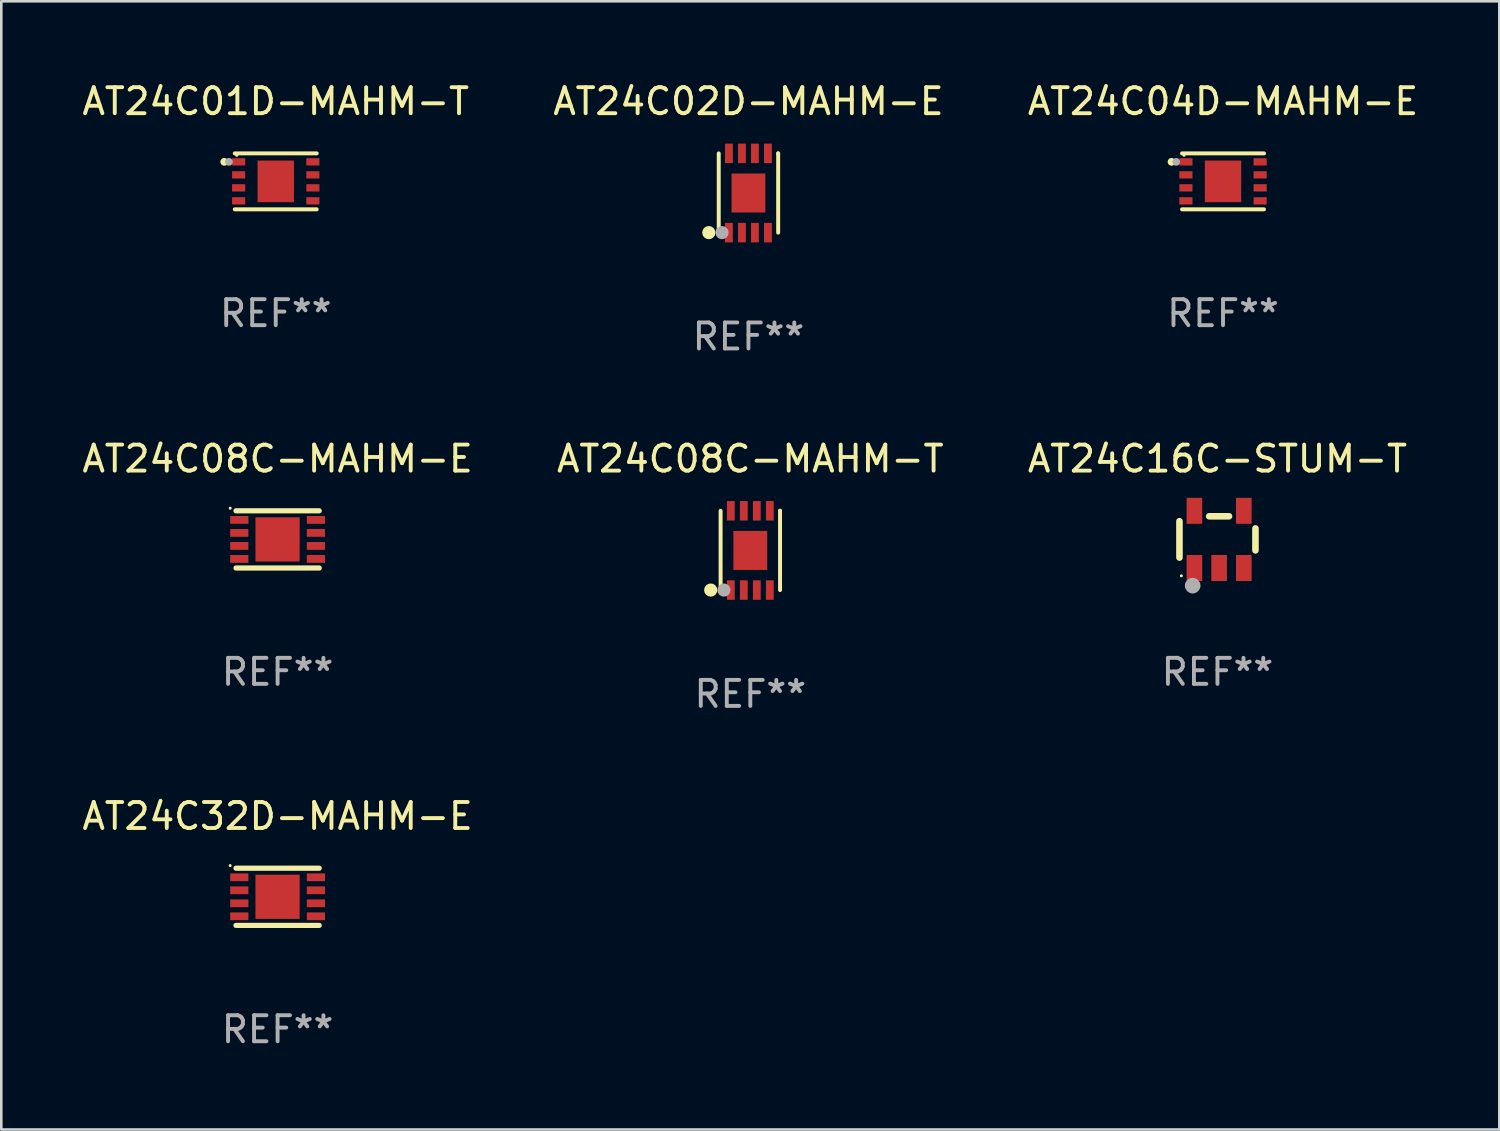
<source format=kicad_pcb>
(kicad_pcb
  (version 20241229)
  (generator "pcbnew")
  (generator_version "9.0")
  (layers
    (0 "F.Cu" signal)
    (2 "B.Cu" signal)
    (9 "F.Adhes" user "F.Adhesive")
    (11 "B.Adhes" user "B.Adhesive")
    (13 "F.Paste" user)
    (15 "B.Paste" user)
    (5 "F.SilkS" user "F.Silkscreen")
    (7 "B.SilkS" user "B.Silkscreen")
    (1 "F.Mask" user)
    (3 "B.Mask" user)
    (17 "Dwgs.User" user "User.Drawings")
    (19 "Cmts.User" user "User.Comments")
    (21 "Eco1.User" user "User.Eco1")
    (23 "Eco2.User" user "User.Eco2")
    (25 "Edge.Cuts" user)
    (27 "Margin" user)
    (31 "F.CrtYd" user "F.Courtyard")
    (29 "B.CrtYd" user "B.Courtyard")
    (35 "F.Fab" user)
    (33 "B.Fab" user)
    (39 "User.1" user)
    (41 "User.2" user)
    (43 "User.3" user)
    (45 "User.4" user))
  (footprint "AT24C32D-MAHM-E"
    (layer "F.Cu")
    (at 7.625 31.437)
    (property "Reference" "AT24C32D-MAHM-E" (at 0 -3.1 0) (layer "F.SilkS") (effects (font (size 1 1) (thickness 0.15))))
    (attr through_hole)
    (fp_line (start -1.6 -1.1) (end 1.6 -1.1) (stroke (width 0.2) (type solid)) (layer "F.SilkS"))
    (fp_line (start -1.6 1.1) (end 1.6 1.1) (stroke (width 0.2) (type solid)) (layer "F.SilkS"))
    (fp_circle (center -1.823 -1.2) (end -1.793 -1.2) (stroke (width 0.06) (type solid)) (fill no) (layer "F.SilkS"))
    (fp_text user "REF**" (at 0 5.1 0) (layer "F.Fab") (effects (font (size 1 1) (thickness 0.15))))
    (pad "1" smd rect (at -1.473 -0.75) (size 0.7 0.3) (layers "F.Cu" "F.Mask" "F.Paste"))
    (pad "2" smd rect (at -1.473 -0.25) (size 0.7 0.3) (layers "F.Cu" "F.Mask" "F.Paste"))
    (pad "3" smd rect (at -1.473 0.25) (size 0.7 0.3) (layers "F.Cu" "F.Mask" "F.Paste"))
    (pad "4" smd rect (at -1.473 0.75) (size 0.7 0.3) (layers "F.Cu" "F.Mask" "F.Paste"))
    (pad "5" smd rect (at 1.473 0.75) (size 0.7 0.3) (layers "F.Cu" "F.Mask" "F.Paste"))
    (pad "6" smd rect (at 1.473 0.25) (size 0.7 0.3) (layers "F.Cu" "F.Mask" "F.Paste"))
    (pad "7" smd rect (at 1.473 -0.25) (size 0.7 0.3) (layers "F.Cu" "F.Mask" "F.Paste"))
    (pad "8" smd rect (at 1.473 -0.75) (size 0.7 0.3) (layers "F.Cu" "F.Mask" "F.Paste"))
    (pad "9" smd rect (at -0.001 -0.000254) (size 1.7 1.7) (layers "F.Cu" "F.Mask" "F.Paste")))
  (footprint "AT24C01D-MAHM-T"
    (layer "F.Cu")
    (at 7.554 3.924)
    (property "Reference" "AT24C01D-MAHM-T" (at 0 -3.076 0) (layer "F.SilkS") (effects (font (size 1 1) (thickness 0.15))))
    (attr through_hole)
    (fp_line (start -1.576 -1.076) (end 1.576 -1.076) (stroke (width 0.152) (type solid)) (layer "F.SilkS"))
    (fp_line (start -1.576 1.076) (end 1.576 1.076) (stroke (width 0.152) (type solid)) (layer "F.SilkS"))
    (fp_circle (center -1.98 -0.75) (end -1.905 -0.75) (stroke (width 0.15) (type solid)) (fill no) (layer "F.SilkS"))
    (fp_circle (center -1.5 -1) (end -1.47 -1) (stroke (width 0.06) (type solid)) (fill no) (layer "F.SilkS"))
    (fp_circle (center -1.8 -0.75) (end -1.725 -0.75) (stroke (width 0.15) (type solid)) (fill no) (layer "F.Fab"))
    (fp_text user "REF**" (at 0 5.076 0) (layer "F.Fab") (effects (font (size 1 1) (thickness 0.15))))
    (pad "1" smd rect (at -1.427 -0.75) (size 0.505 0.28) (layers "F.Cu" "F.Mask" "F.Paste"))
    (pad "2" smd rect (at -1.427 -0.25) (size 0.505 0.28) (layers "F.Cu" "F.Mask" "F.Paste"))
    (pad "3" smd rect (at -1.427 0.25) (size 0.505 0.28) (layers "F.Cu" "F.Mask" "F.Paste"))
    (pad "4" smd rect (at -1.427 0.75) (size 0.505 0.28) (layers "F.Cu" "F.Mask" "F.Paste"))
    (pad "5" smd rect (at 1.427 0.75) (size 0.505 0.28) (layers "F.Cu" "F.Mask" "F.Paste"))
    (pad "6" smd rect (at 1.427 0.25) (size 0.505 0.28) (layers "F.Cu" "F.Mask" "F.Paste"))
    (pad "7" smd rect (at 1.427 -0.25) (size 0.505 0.28) (layers "F.Cu" "F.Mask" "F.Paste"))
    (pad "8" smd rect (at 1.427 -0.75) (size 0.505 0.28) (layers "F.Cu" "F.Mask" "F.Paste"))
    (pad "9" smd rect (at 0 0) (size 1.4 1.6) (layers "F.Cu" "F.Mask" "F.Paste")))
  (footprint "AT24C16C-STUM-T"
    (layer "F.Cu")
    (at 43.768 17.693)
    (property "Reference" "AT24C16C-STUM-T" (at 0 -3.1 0) (layer "F.SilkS") (effects (font (size 1 1) (thickness 0.15))))
    (attr through_hole)
    (fp_line (start -1.461 -0.699) (end -1.461 0.699) (stroke (width 0.254) (type solid)) (layer "F.SilkS"))
    (fp_line (start -0.318 -0.889) (end 0.445 -0.889) (stroke (width 0.254) (type solid)) (layer "F.SilkS"))
    (fp_line (start 1.461 -0.422) (end 1.461 0.422) (stroke (width 0.254) (type solid)) (layer "F.SilkS"))
    (fp_circle (center -1.387 1.4) (end -1.357 1.4) (stroke (width 0.06) (type solid)) (fill no) (layer "F.SilkS"))
    (fp_circle (center -0.953 1.778) (end -0.802 1.778) (stroke (width 0.3) (type solid)) (fill no) (layer "F.Fab"))
    (fp_text user "REF**" (at 0 5.1 0) (layer "F.Fab") (effects (font (size 1 1) (thickness 0.15))))
    (pad "1" smd rect (at -0.886 1.1) (size 0.6 1) (layers "F.Cu" "F.Mask" "F.Paste"))
    (pad "2" smd rect (at 0.064 1.1) (size 0.6 1) (layers "F.Cu" "F.Mask" "F.Paste"))
    (pad "3" smd rect (at 1.013 1.1) (size 0.6 1) (layers "F.Cu" "F.Mask" "F.Paste"))
    (pad "4" smd rect (at 1.013 -1.1) (size 0.6 1) (layers "F.Cu" "F.Mask" "F.Paste"))
    (pad "5" smd rect (at -0.886 -1.1) (size 0.6 1) (layers "F.Cu" "F.Mask" "F.Paste")))
  (footprint "AT24C04D-MAHM-E"
    (layer "F.Cu")
    (at 43.982 3.924)
    (property "Reference" "AT24C04D-MAHM-E" (at 0 -3.076 0) (layer "F.SilkS") (effects (font (size 1 1) (thickness 0.15))))
    (attr through_hole)
    (fp_line (start -1.576 -1.076) (end 1.576 -1.076) (stroke (width 0.152) (type solid)) (layer "F.SilkS"))
    (fp_line (start -1.576 1.076) (end 1.576 1.076) (stroke (width 0.152) (type solid)) (layer "F.SilkS"))
    (fp_circle (center -1.98 -0.75) (end -1.905 -0.75) (stroke (width 0.15) (type solid)) (fill no) (layer "F.SilkS"))
    (fp_circle (center -1.5 -1) (end -1.47 -1) (stroke (width 0.06) (type solid)) (fill no) (layer "F.SilkS"))
    (fp_circle (center -1.8 -0.75) (end -1.725 -0.75) (stroke (width 0.15) (type solid)) (fill no) (layer "F.Fab"))
    (fp_text user "REF**" (at 0 5.076 0) (layer "F.Fab") (effects (font (size 1 1) (thickness 0.15))))
    (pad "1" smd rect (at -1.427 -0.75) (size 0.505 0.28) (layers "F.Cu" "F.Mask" "F.Paste"))
    (pad "2" smd rect (at -1.427 -0.25) (size 0.505 0.28) (layers "F.Cu" "F.Mask" "F.Paste"))
    (pad "3" smd rect (at -1.427 0.25) (size 0.505 0.28) (layers "F.Cu" "F.Mask" "F.Paste"))
    (pad "4" smd rect (at -1.427 0.75) (size 0.505 0.28) (layers "F.Cu" "F.Mask" "F.Paste"))
    (pad "5" smd rect (at 1.427 0.75) (size 0.505 0.28) (layers "F.Cu" "F.Mask" "F.Paste"))
    (pad "6" smd rect (at 1.427 0.25) (size 0.505 0.28) (layers "F.Cu" "F.Mask" "F.Paste"))
    (pad "7" smd rect (at 1.427 -0.25) (size 0.505 0.28) (layers "F.Cu" "F.Mask" "F.Paste"))
    (pad "8" smd rect (at 1.427 -0.75) (size 0.505 0.28) (layers "F.Cu" "F.Mask" "F.Paste"))
    (pad "9" smd rect (at 0 0) (size 1.4 1.6) (layers "F.Cu" "F.Mask" "F.Paste")))
  (footprint "AT24C08C-MAHM-T"
    (layer "F.Cu")
    (at 25.804 18.117)
    (property "Reference" "AT24C08C-MAHM-T" (at 0 -3.524 0) (layer "F.SilkS") (effects (font (size 1 1) (thickness 0.15))))
    (attr through_hole)
    (fp_line (start -1.143 1.524) (end -1.143 1.524) (stroke (width 0.152) (type solid)) (layer "F.SilkS"))
    (fp_line (start -1.143 1.524) (end -1.143 -1.524) (stroke (width 0.152) (type solid)) (layer "F.SilkS"))
    (fp_line (start 1.143 -1.524) (end 1.143 1.524) (stroke (width 0.152) (type solid)) (layer "F.SilkS"))
    (fp_line (start 1.143 -1.524) (end 1.143 -1.524) (stroke (width 0.152) (type solid)) (layer "F.SilkS"))
    (fp_circle (center -1.524 1.524) (end -1.397 1.524) (stroke (width 0.254) (type solid)) (fill no) (layer "F.SilkS"))
    (fp_circle (center -1 1.5) (end -0.97 1.5) (stroke (width 0.06) (type solid)) (fill no) (layer "F.SilkS"))
    (fp_circle (center -1.016 1.524) (end -0.889 1.524) (stroke (width 0.254) (type solid)) (fill no) (layer "F.Fab"))
    (fp_text user "REF**" (at 0 5.524 0) (layer "F.Fab") (effects (font (size 1 1) (thickness 0.15))))
    (pad "1" smd rect (at -0.75 1.524) (size 0.3 0.75) (layers "F.Cu" "F.Mask" "F.Paste"))
    (pad "2" smd rect (at -0.25 1.524) (size 0.3 0.75) (layers "F.Cu" "F.Mask" "F.Paste"))
    (pad "3" smd rect (at 0.25 1.524) (size 0.3 0.75) (layers "F.Cu" "F.Mask" "F.Paste"))
    (pad "4" smd rect (at 0.75 1.524) (size 0.3 0.75) (layers "F.Cu" "F.Mask" "F.Paste"))
    (pad "5" smd rect (at 0.75 -1.524) (size 0.3 0.75) (layers "F.Cu" "F.Mask" "F.Paste"))
    (pad "6" smd rect (at 0.25 -1.524) (size 0.3 0.75) (layers "F.Cu" "F.Mask" "F.Paste"))
    (pad "7" smd rect (at -0.25 -1.524) (size 0.3 0.75) (layers "F.Cu" "F.Mask" "F.Paste"))
    (pad "8" smd rect (at -0.75 -1.524) (size 0.3 0.75) (layers "F.Cu" "F.Mask" "F.Paste"))
    (pad "9" smd rect (at -0.000254 0) (size 1.3 1.5) (layers "F.Cu" "F.Mask" "F.Paste")))
  (footprint "AT24C08C-MAHM-E"
    (layer "F.Cu")
    (at 7.625 17.693)
    (property "Reference" "AT24C08C-MAHM-E" (at 0 -3.1 0) (layer "F.SilkS") (effects (font (size 1 1) (thickness 0.15))))
    (attr through_hole)
    (fp_line (start -1.6 -1.1) (end 1.6 -1.1) (stroke (width 0.2) (type solid)) (layer "F.SilkS"))
    (fp_line (start -1.6 1.1) (end 1.6 1.1) (stroke (width 0.2) (type solid)) (layer "F.SilkS"))
    (fp_circle (center -1.823 -1.2) (end -1.793 -1.2) (stroke (width 0.06) (type solid)) (fill no) (layer "F.SilkS"))
    (fp_text user "REF**" (at 0 5.1 0) (layer "F.Fab") (effects (font (size 1 1) (thickness 0.15))))
    (pad "1" smd rect (at -1.473 -0.75) (size 0.7 0.3) (layers "F.Cu" "F.Mask" "F.Paste"))
    (pad "2" smd rect (at -1.473 -0.25) (size 0.7 0.3) (layers "F.Cu" "F.Mask" "F.Paste"))
    (pad "3" smd rect (at -1.473 0.25) (size 0.7 0.3) (layers "F.Cu" "F.Mask" "F.Paste"))
    (pad "4" smd rect (at -1.473 0.75) (size 0.7 0.3) (layers "F.Cu" "F.Mask" "F.Paste"))
    (pad "5" smd rect (at 1.473 0.75) (size 0.7 0.3) (layers "F.Cu" "F.Mask" "F.Paste"))
    (pad "6" smd rect (at 1.473 0.25) (size 0.7 0.3) (layers "F.Cu" "F.Mask" "F.Paste"))
    (pad "7" smd rect (at 1.473 -0.25) (size 0.7 0.3) (layers "F.Cu" "F.Mask" "F.Paste"))
    (pad "8" smd rect (at 1.473 -0.75) (size 0.7 0.3) (layers "F.Cu" "F.Mask" "F.Paste"))
    (pad "9" smd rect (at -0.001 -0.000254) (size 1.7 1.7) (layers "F.Cu" "F.Mask" "F.Paste")))
  (footprint "AT24C02D-MAHM-E"
    (layer "F.Cu")
    (at 25.732 4.372)
    (property "Reference" "AT24C02D-MAHM-E" (at 0 -3.524 0) (layer "F.SilkS") (effects (font (size 1 1) (thickness 0.15))))
    (attr through_hole)
    (fp_line (start -1.143 1.524) (end -1.143 1.524) (stroke (width 0.152) (type solid)) (layer "F.SilkS"))
    (fp_line (start -1.143 1.524) (end -1.143 -1.524) (stroke (width 0.152) (type solid)) (layer "F.SilkS"))
    (fp_line (start 1.143 -1.524) (end 1.143 1.524) (stroke (width 0.152) (type solid)) (layer "F.SilkS"))
    (fp_line (start 1.143 -1.524) (end 1.143 -1.524) (stroke (width 0.152) (type solid)) (layer "F.SilkS"))
    (fp_circle (center -1.524 1.524) (end -1.397 1.524) (stroke (width 0.254) (type solid)) (fill no) (layer "F.SilkS"))
    (fp_circle (center -1 1.5) (end -0.97 1.5) (stroke (width 0.06) (type solid)) (fill no) (layer "F.SilkS"))
    (fp_circle (center -1.016 1.524) (end -0.889 1.524) (stroke (width 0.254) (type solid)) (fill no) (layer "F.Fab"))
    (fp_text user "REF**" (at 0 5.524 0) (layer "F.Fab") (effects (font (size 1 1) (thickness 0.15))))
    (pad "1" smd rect (at -0.75 1.524) (size 0.3 0.75) (layers "F.Cu" "F.Mask" "F.Paste"))
    (pad "2" smd rect (at -0.25 1.524) (size 0.3 0.75) (layers "F.Cu" "F.Mask" "F.Paste"))
    (pad "3" smd rect (at 0.25 1.524) (size 0.3 0.75) (layers "F.Cu" "F.Mask" "F.Paste"))
    (pad "4" smd rect (at 0.75 1.524) (size 0.3 0.75) (layers "F.Cu" "F.Mask" "F.Paste"))
    (pad "5" smd rect (at 0.75 -1.524) (size 0.3 0.75) (layers "F.Cu" "F.Mask" "F.Paste"))
    (pad "6" smd rect (at 0.25 -1.524) (size 0.3 0.75) (layers "F.Cu" "F.Mask" "F.Paste"))
    (pad "7" smd rect (at -0.25 -1.524) (size 0.3 0.75) (layers "F.Cu" "F.Mask" "F.Paste"))
    (pad "8" smd rect (at -0.75 -1.524) (size 0.3 0.75) (layers "F.Cu" "F.Mask" "F.Paste"))
    (pad "9" smd rect (at -0.000254 0) (size 1.3 1.5) (layers "F.Cu" "F.Mask" "F.Paste")))
  (gr_rect
    (start -3 -3)
    (end 54.607 40.386)
    (stroke (width 0.1) (type default))
    (fill no)
    (layer "Edge.Cuts")))
</source>
